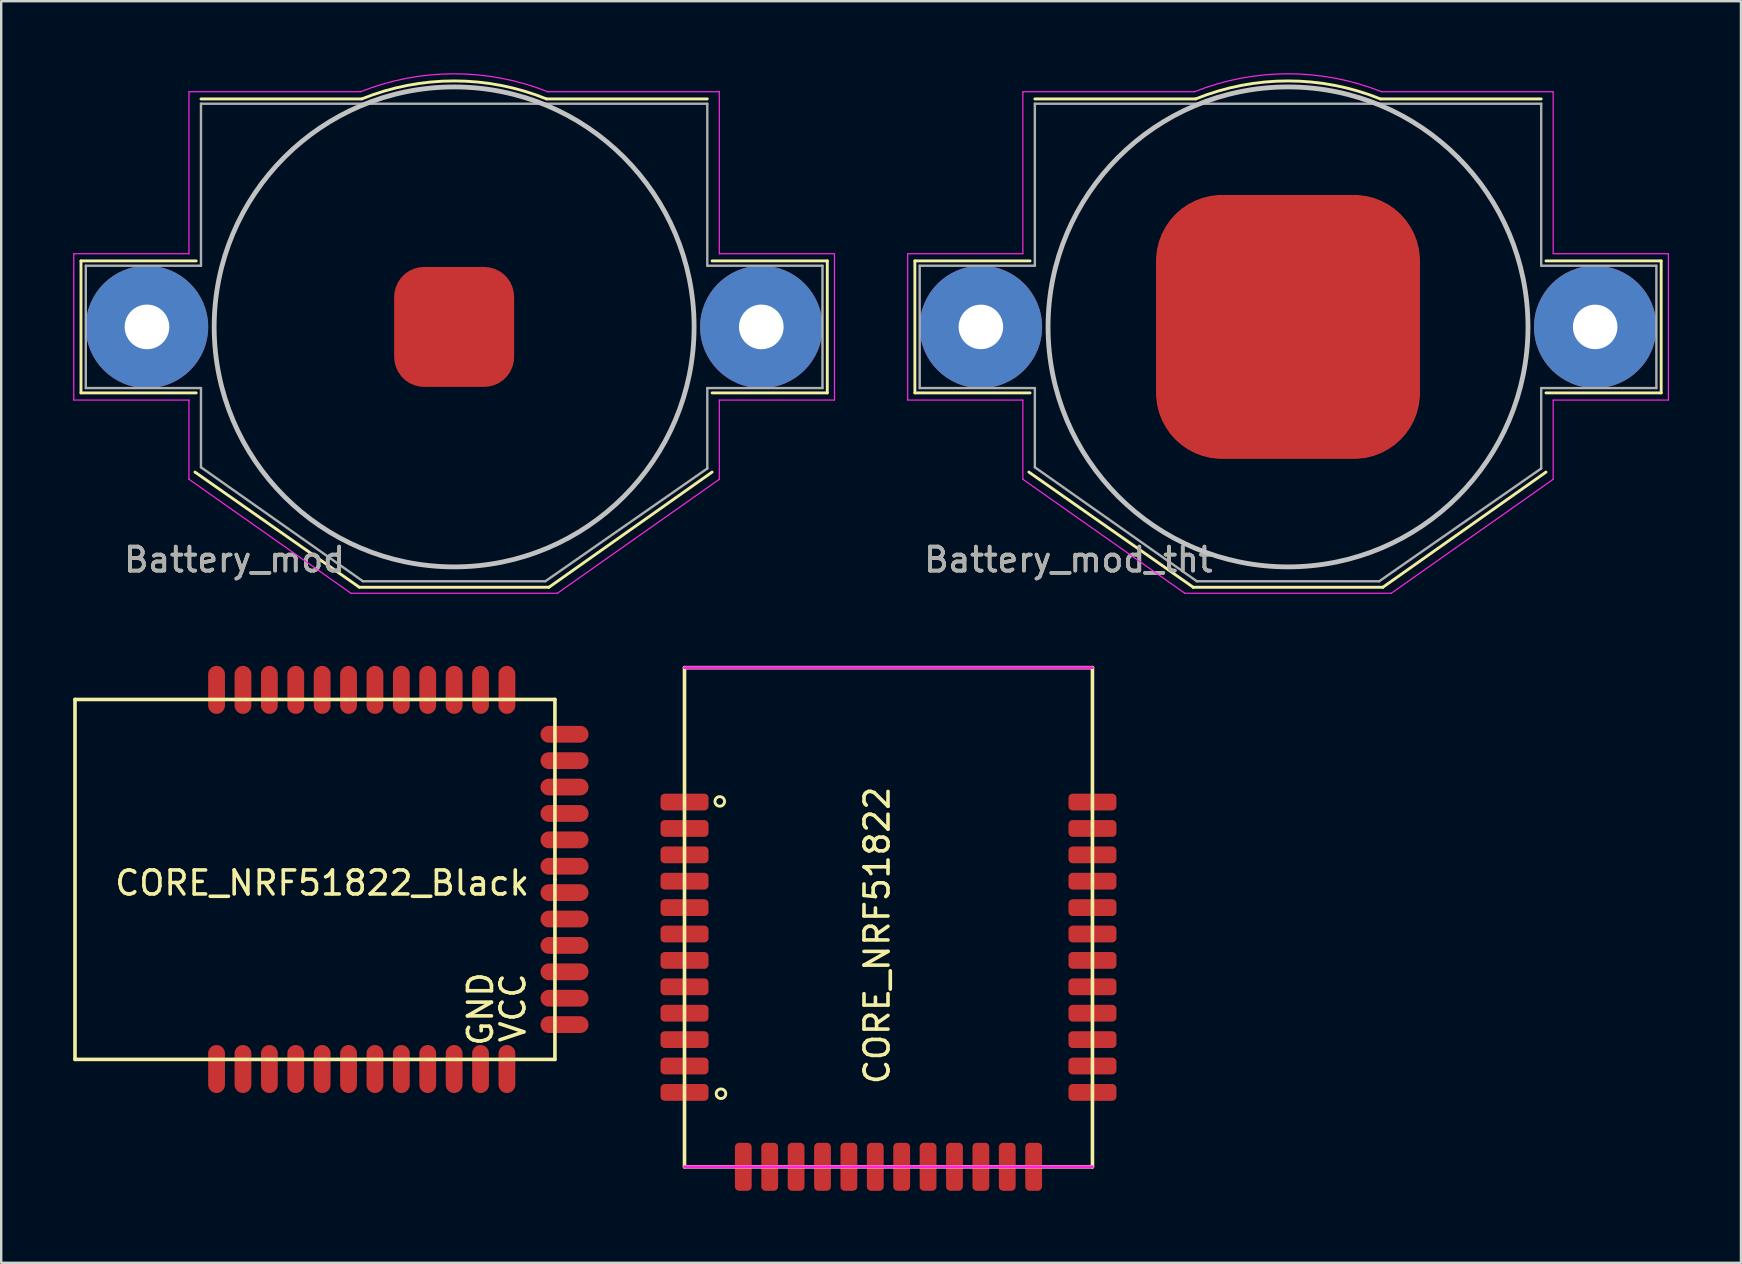
<source format=kicad_pcb>
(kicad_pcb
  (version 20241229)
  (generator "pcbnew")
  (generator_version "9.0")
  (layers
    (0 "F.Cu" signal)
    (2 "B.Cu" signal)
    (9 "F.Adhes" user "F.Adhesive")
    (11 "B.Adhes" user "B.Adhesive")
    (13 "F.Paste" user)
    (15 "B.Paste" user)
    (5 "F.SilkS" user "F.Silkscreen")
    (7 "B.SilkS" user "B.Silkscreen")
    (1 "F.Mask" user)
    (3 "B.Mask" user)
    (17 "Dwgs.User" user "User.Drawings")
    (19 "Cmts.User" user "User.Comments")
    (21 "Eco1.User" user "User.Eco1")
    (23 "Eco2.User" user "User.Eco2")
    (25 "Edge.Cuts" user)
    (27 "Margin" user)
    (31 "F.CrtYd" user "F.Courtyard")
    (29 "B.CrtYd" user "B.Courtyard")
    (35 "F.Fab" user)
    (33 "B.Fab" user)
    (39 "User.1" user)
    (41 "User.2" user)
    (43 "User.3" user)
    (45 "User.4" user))
  (footprint "CORE_NRF51822"
    (layer "F.Cu")
    (at 33.975 35.173)
    (property "Reference" "CORE_NRF51822" (at -0.475 0.757 270) (layer "F.SilkS") (effects (font (size 1 1) (thickness 0.15))))
    (attr through_hole)
    (fp_line (start -8.5 -10.4) (end -8.5 10.4) (stroke (width 0.15) (type solid)) (layer "F.SilkS"))
    (fp_line (start -8.5 -10.4) (end 8.5 -10.4) (stroke (width 0.15) (type solid)) (layer "F.SilkS"))
    (fp_line (start -8.5 10.4) (end 8.5 10.4) (stroke (width 0.15) (type solid)) (layer "F.SilkS"))
    (fp_line (start 8.5 10.4) (end 8.5 -10.4) (stroke (width 0.15) (type solid)) (layer "F.SilkS"))
    (fp_circle (center -7.031 -4.826) (end -6.831 -4.826) (stroke (width 0.12) (type solid)) (fill no) (layer "F.SilkS"))
    (fp_circle (center -6.98 7.356) (end -6.78 7.356) (stroke (width 0.12) (type solid)) (fill no) (layer "F.SilkS"))
    (fp_line (start -8.5 -10.4) (end 8.5 -10.4) (stroke (width 0.12) (type solid)) (layer "F.CrtYd"))
    (fp_line (start -8.5 10.4) (end 8.5 10.4) (stroke (width 0.12) (type solid)) (layer "F.CrtYd"))
    (pad "0" smd roundrect (at -4.95 10.4 270) (size 2 0.7) (layers "F.Cu" "F.Mask" "F.Paste") (roundrect_rratio 0.25))
    (pad "1" smd roundrect (at -3.85 10.4 270) (size 2 0.7) (layers "F.Cu" "F.Mask" "F.Paste") (roundrect_rratio 0.25))
    (pad "2" smd roundrect (at -2.75 10.4 270) (size 2 0.7) (layers "F.Cu" "F.Mask" "F.Paste") (roundrect_rratio 0.25))
    (pad "3" smd roundrect (at -1.65 10.4 270) (size 2 0.7) (layers "F.Cu" "F.Mask" "F.Paste") (roundrect_rratio 0.25))
    (pad "4" smd roundrect (at -0.55 10.4 270) (size 2 0.7) (layers "F.Cu" "F.Mask" "F.Paste") (roundrect_rratio 0.25))
    (pad "5" smd roundrect (at 0.55 10.4 270) (size 2 0.7) (layers "F.Cu" "F.Mask" "F.Paste") (roundrect_rratio 0.25))
    (pad "6" smd roundrect (at 1.65 10.4 270) (size 2 0.7) (layers "F.Cu" "F.Mask" "F.Paste") (roundrect_rratio 0.25))
    (pad "7" smd roundrect (at 2.75 10.4 270) (size 2 0.7) (layers "F.Cu" "F.Mask" "F.Paste") (roundrect_rratio 0.25))
    (pad "8" smd roundrect (at 3.85 10.4 270) (size 2 0.7) (layers "F.Cu" "F.Mask" "F.Paste") (roundrect_rratio 0.25))
    (pad "9" smd roundrect (at 4.95 10.4 270) (size 2 0.7) (layers "F.Cu" "F.Mask" "F.Paste") (roundrect_rratio 0.25))
    (pad "10" smd roundrect (at 6.05 10.4 270) (size 2 0.7) (layers "F.Cu" "F.Mask" "F.Paste") (roundrect_rratio 0.25))
    (pad "11" smd roundrect (at 8.5 7.3) (size 2 0.7) (layers "F.Cu" "F.Mask" "F.Paste") (roundrect_rratio 0.25))
    (pad "12" smd roundrect (at 8.5 6.2) (size 2 0.7) (layers "F.Cu" "F.Mask" "F.Paste") (roundrect_rratio 0.25))
    (pad "13" smd roundrect (at 8.5 5.1) (size 2 0.7) (layers "F.Cu" "F.Mask" "F.Paste") (roundrect_rratio 0.25))
    (pad "14" smd roundrect (at 8.5 4) (size 2 0.7) (layers "F.Cu" "F.Mask" "F.Paste") (roundrect_rratio 0.25))
    (pad "15" smd roundrect (at 8.5 2.9) (size 2 0.7) (layers "F.Cu" "F.Mask" "F.Paste") (roundrect_rratio 0.25))
    (pad "16" smd roundrect (at 8.5 1.8 180) (size 2 0.7) (layers "F.Cu" "F.Mask" "F.Paste") (roundrect_rratio 0.25))
    (pad "17" smd roundrect (at 8.5 -1.5) (size 2 0.7) (layers "F.Cu" "F.Mask" "F.Paste") (roundrect_rratio 0.25))
    (pad "18" smd roundrect (at 8.5 -2.6) (size 2 0.7) (layers "F.Cu" "F.Mask" "F.Paste") (roundrect_rratio 0.25))
    (pad "19" smd roundrect (at 8.5 -3.7) (size 2 0.7) (layers "F.Cu" "F.Mask" "F.Paste") (roundrect_rratio 0.25))
    (pad "20" smd roundrect (at 8.5 -4.8) (size 2 0.7) (layers "F.Cu" "F.Mask" "F.Paste") (roundrect_rratio 0.25))
    (pad "21" smd roundrect (at -8.5 -3.7) (size 2 0.7) (layers "F.Cu" "F.Mask" "F.Paste") (roundrect_rratio 0.25))
    (pad "22" smd roundrect (at -8.5 -2.6) (size 2 0.7) (layers "F.Cu" "F.Mask" "F.Paste") (roundrect_rratio 0.25))
    (pad "23" smd roundrect (at -8.5 -1.5) (size 2 0.7) (layers "F.Cu" "F.Mask" "F.Paste") (roundrect_rratio 0.25))
    (pad "24" smd roundrect (at -8.5 -0.4) (size 2 0.7) (layers "F.Cu" "F.Mask" "F.Paste") (roundrect_rratio 0.25))
    (pad "25" smd roundrect (at -8.5 0.7) (size 2 0.7) (layers "F.Cu" "F.Mask" "F.Paste") (roundrect_rratio 0.25))
    (pad "28" smd roundrect (at -8.5 4) (size 2 0.7) (layers "F.Cu" "F.Mask" "F.Paste") (roundrect_rratio 0.25))
    (pad "29" smd roundrect (at -8.5 5.1) (size 2 0.7) (layers "F.Cu" "F.Mask" "F.Paste") (roundrect_rratio 0.25))
    (pad "30" smd roundrect (at -6.05 10.4 270) (size 2 0.7) (layers "F.Cu" "F.Mask" "F.Paste") (roundrect_rratio 0.25))
    (pad "31" smd roundrect (at 8.5 -0.4) (size 2 0.7) (layers "F.Cu" "F.Mask" "F.Paste") (roundrect_rratio 0.25))
    (pad "32" smd roundrect (at 8.5 0.7) (size 2 0.7) (layers "F.Cu" "F.Mask" "F.Paste") (roundrect_rratio 0.25))
    (pad "33" smd roundrect (at -8.5 -4.8) (size 2 0.7) (layers "F.Cu" "F.Mask" "F.Paste") (roundrect_rratio 0.25))
    (pad "34" smd roundrect (at -8.5 7.3) (size 2 0.7) (layers "F.Cu" "F.Mask" "F.Paste") (roundrect_rratio 0.25))
    (pad "35" smd roundrect (at -8.5 1.8) (size 2 0.7) (layers "F.Cu" "F.Mask" "F.Paste") (roundrect_rratio 0.25))
    (pad "36" smd roundrect (at -8.5 2.9) (size 2 0.7) (layers "F.Cu" "F.Mask" "F.Paste") (roundrect_rratio 0.25))
    (pad "37" smd roundrect (at -8.5 6.2) (size 2 0.7) (layers "F.Cu" "F.Mask" "F.Paste") (roundrect_rratio 0.25)))
  (footprint "Battery_mod_tht"
    (layer "F.Cu")
    (at 50.625 10.573)
    (property "Reference" "Battery_mod_tht" (at -9.15 9.7 0) (layer "F.SilkS") (effects (font (size 1 1) (thickness 0.15))))
    (attr smd)
    (fp_line (start -15.55 -2.75) (end -15.55 2.75) (stroke (width 0.12) (type solid)) (layer "F.SilkS"))
    (fp_line (start -15.55 2.75) (end -10.75 2.75) (stroke (width 0.12) (type solid)) (layer "F.SilkS"))
    (fp_line (start -10.8 6.05) (end -3.95 10.85) (stroke (width 0.12) (type solid)) (layer "F.SilkS"))
    (fp_line (start -10.75 -2.75) (end -15.55 -2.75) (stroke (width 0.12) (type solid)) (layer "F.SilkS"))
    (fp_line (start -10.55 -9.5) (end -3.85 -9.5) (stroke (width 0.12) (type solid)) (layer "F.SilkS"))
    (fp_line (start -3.95 10.85) (end 3.95 10.85) (stroke (width 0.12) (type solid)) (layer "F.SilkS"))
    (fp_line (start 3.95 10.85) (end 10.75 6.05) (stroke (width 0.12) (type solid)) (layer "F.SilkS"))
    (fp_line (start 10.55 -9.5) (end 3.85 -9.5) (stroke (width 0.12) (type solid)) (layer "F.SilkS"))
    (fp_line (start 10.75 2.75) (end 15.55 2.75) (stroke (width 0.12) (type solid)) (layer "F.SilkS"))
    (fp_line (start 15.55 -2.75) (end 10.75 -2.75) (stroke (width 0.12) (type solid)) (layer "F.SilkS"))
    (fp_line (start 15.55 2.75) (end 15.55 -2.75) (stroke (width 0.12) (type solid)) (layer "F.SilkS"))
    (fp_arc (start -3.846385 -9.501464) (mid 0.00195 -10.250487) (end 3.85 -9.5) (stroke (width 0.12) (type solid)) (layer "F.SilkS"))
    (fp_circle (center 0 0) (end 10 0) (stroke (width 0.2) (type solid)) (fill no) (layer "Dwgs.User"))
    (fp_line (start -15.85 -3.05) (end -11.05 -3.05) (stroke (width 0.05) (type solid)) (layer "F.CrtYd"))
    (fp_line (start -15.85 3.05) (end -15.85 -3.05) (stroke (width 0.05) (type solid)) (layer "F.CrtYd"))
    (fp_line (start -11.05 -9.8) (end -3.9 -9.8) (stroke (width 0.05) (type solid)) (layer "F.CrtYd"))
    (fp_line (start -11.05 -3.05) (end -11.05 -9.8) (stroke (width 0.05) (type solid)) (layer "F.CrtYd"))
    (fp_line (start -11.05 3.05) (end -15.85 3.05) (stroke (width 0.05) (type solid)) (layer "F.CrtYd"))
    (fp_line (start -11.05 6.35) (end -11.05 3.05) (stroke (width 0.05) (type solid)) (layer "F.CrtYd"))
    (fp_line (start -4.3 11.1) (end -11.05 6.35) (stroke (width 0.05) (type solid)) (layer "F.CrtYd"))
    (fp_line (start 4.3 11.1) (end -4.3 11.1) (stroke (width 0.05) (type solid)) (layer "F.CrtYd"))
    (fp_line (start 11.05 -9.8) (end 3.9 -9.8) (stroke (width 0.05) (type solid)) (layer "F.CrtYd"))
    (fp_line (start 11.05 -9.8) (end 11.05 -3.05) (stroke (width 0.05) (type solid)) (layer "F.CrtYd"))
    (fp_line (start 11.05 -3.05) (end 15.85 -3.05) (stroke (width 0.05) (type solid)) (layer "F.CrtYd"))
    (fp_line (start 11.05 3.05) (end 11.05 6.35) (stroke (width 0.05) (type solid)) (layer "F.CrtYd"))
    (fp_line (start 11.05 6.35) (end 4.3 11.1) (stroke (width 0.05) (type solid)) (layer "F.CrtYd"))
    (fp_line (start 15.85 -3.05) (end 15.85 3.05) (stroke (width 0.05) (type solid)) (layer "F.CrtYd"))
    (fp_line (start 15.85 3.05) (end 11.05 3.05) (stroke (width 0.05) (type solid)) (layer "F.CrtYd"))
    (fp_arc (start -3.9 -9.8) (mid 0 -10.547512) (end 3.9 -9.8) (stroke (width 0.05) (type solid)) (layer "F.CrtYd"))
    (fp_line (start -15.35 -2.55) (end -15.35 2.55) (stroke (width 0.1) (type solid)) (layer "F.Fab"))
    (fp_line (start -15.35 -2.55) (end -10.55 -2.55) (stroke (width 0.1) (type solid)) (layer "F.Fab"))
    (fp_line (start -15.35 2.55) (end -10.55 2.55) (stroke (width 0.1) (type solid)) (layer "F.Fab"))
    (fp_line (start -10.55 -2.55) (end -10.55 -9.3) (stroke (width 0.1) (type solid)) (layer "F.Fab"))
    (fp_line (start -10.55 2.55) (end -10.55 5.85) (stroke (width 0.1) (type solid)) (layer "F.Fab"))
    (fp_line (start -10.55 5.85) (end -3.8 10.6) (stroke (width 0.1) (type solid)) (layer "F.Fab"))
    (fp_line (start -3.8 10.6) (end 3.8 10.6) (stroke (width 0.1) (type solid)) (layer "F.Fab"))
    (fp_line (start 10.55 -9.3) (end -10.55 -9.3) (stroke (width 0.1) (type solid)) (layer "F.Fab"))
    (fp_line (start 10.55 -2.55) (end 10.55 -9.3) (stroke (width 0.1) (type solid)) (layer "F.Fab"))
    (fp_line (start 10.55 2.55) (end 10.55 5.9) (stroke (width 0.1) (type solid)) (layer "F.Fab"))
    (fp_line (start 10.55 2.55) (end 15.35 2.55) (stroke (width 0.1) (type solid)) (layer "F.Fab"))
    (fp_line (start 10.55 5.9) (end 3.8 10.6) (stroke (width 0.1) (type solid)) (layer "F.Fab"))
    (fp_line (start 15.35 -2.55) (end 10.55 -2.55) (stroke (width 0.1) (type solid)) (layer "F.Fab"))
    (fp_line (start 15.35 2.55) (end 15.35 -2.55) (stroke (width 0.1) (type solid)) (layer "F.Fab"))
    (fp_text user "${REFERENCE}" (at -9.15 9.7 0) (layer "F.Fab") (effects (font (size 1 1) (thickness 0.15))))
    (pad "1" thru_hole circle (at -12.8 0) (size 5.1 5.1) (drill 1.854) (layers "*.Cu" "*.Mask"))
    (pad "1" thru_hole circle (at 12.8 0) (size 5.1 5.1) (drill 1.854) (layers "*.Cu" "*.Mask"))
    (pad "2" smd roundrect (at 0 0) (size 11 11) (layers "F.Cu" "F.Mask" "F.Paste") (roundrect_rratio 0.25)))
  (footprint "CORE_NRF51822_Black"
    (layer "F.Cu")
    (at 10.075 33.598)
    (property "Reference" "CORE_NRF51822_Black" (at 0.3 0.15 0) (layer "F.SilkS") (effects (font (size 1 1) (thickness 0.15))))
    (attr through_hole)
    (fp_line (start -10 -7.5) (end -10 7.5) (stroke (width 0.15) (type solid)) (layer "F.SilkS"))
    (fp_line (start -10 7.5) (end 10 7.5) (stroke (width 0.15) (type solid)) (layer "F.SilkS"))
    (fp_line (start 10 -7.5) (end -10 -7.5) (stroke (width 0.15) (type solid)) (layer "F.SilkS"))
    (fp_line (start 10 0) (end 10 -7.5) (stroke (width 0.15) (type solid)) (layer "F.SilkS"))
    (fp_line (start 10 7.5) (end 10 0) (stroke (width 0.15) (type solid)) (layer "F.SilkS"))
    (fp_text user "GND" (at 6.9 5.4 90) (layer "F.SilkS") (effects (font (size 1 1) (thickness 0.15))))
    (fp_text user "VCC" (at 8.25 5.35 90) (layer "F.SilkS") (effects (font (size 1 1) (thickness 0.15))))
    (pad "GND" smd oval (at -4.1 7.9 90) (size 2 0.7) (layers "F.Cu" "F.Mask" "F.Paste"))
    (pad "GND" smd oval (at 6.9 7.9 90) (size 2 0.7) (layers "F.Cu" "F.Mask" "F.Paste"))
    (pad "NC" smd oval (at 2.5 7.9 90) (size 2 0.7) (layers "F.Cu" "F.Mask" "F.Paste"))
    (pad "NC" smd oval (at 3.6 7.9 90) (size 2 0.7) (layers "F.Cu" "F.Mask" "F.Paste"))
    (pad "P00" smd oval (at 10.4 4.95) (size 2 0.7) (layers "F.Cu" "F.Mask" "F.Paste"))
    (pad "P01" smd oval (at 10.4 3.85) (size 2 0.7) (layers "F.Cu" "F.Mask" "F.Paste"))
    (pad "P02" smd oval (at 10.4 2.75) (size 2 0.7) (layers "F.Cu" "F.Mask" "F.Paste"))
    (pad "P03" smd oval (at 10.4 1.65) (size 2 0.7) (layers "F.Cu" "F.Mask" "F.Paste"))
    (pad "P04" smd oval (at 10.4 0.55) (size 2 0.7) (layers "F.Cu" "F.Mask" "F.Paste"))
    (pad "P05" smd oval (at 10.4 -0.55) (size 2 0.7) (layers "F.Cu" "F.Mask" "F.Paste"))
    (pad "P06" smd oval (at 10.4 -1.65) (size 2 0.7) (layers "F.Cu" "F.Mask" "F.Paste"))
    (pad "P07" smd oval (at 10.4 -2.75) (size 2 0.7) (layers "F.Cu" "F.Mask" "F.Paste"))
    (pad "P08" smd oval (at 10.4 -3.85) (size 2 0.7) (layers "F.Cu" "F.Mask" "F.Paste"))
    (pad "P09" smd oval (at 10.4 -4.95) (size 2 0.7) (layers "F.Cu" "F.Mask" "F.Paste"))
    (pad "P10" smd oval (at 10.4 -6.05) (size 2 0.7) (layers "F.Cu" "F.Mask" "F.Paste"))
    (pad "P11" smd oval (at 8 -7.9 90) (size 2 0.7) (layers "F.Cu" "F.Mask" "F.Paste"))
    (pad "P12" smd oval (at 6.9 -7.9 90) (size 2 0.7) (layers "F.Cu" "F.Mask" "F.Paste"))
    (pad "P13" smd oval (at 5.8 -7.9 90) (size 2 0.7) (layers "F.Cu" "F.Mask" "F.Paste"))
    (pad "P14" smd oval (at 4.7 -7.9 90) (size 2 0.7) (layers "F.Cu" "F.Mask" "F.Paste"))
    (pad "P15" smd oval (at 3.6 -7.9 90) (size 2 0.7) (layers "F.Cu" "F.Mask" "F.Paste"))
    (pad "P16" smd oval (at 2.5 -7.9 270) (size 2 0.7) (layers "F.Cu" "F.Mask" "F.Paste"))
    (pad "P17" smd oval (at -0.8 -7.9 90) (size 2 0.7) (layers "F.Cu" "F.Mask" "F.Paste"))
    (pad "P18" smd oval (at -1.9 -7.9 90) (size 2 0.7) (layers "F.Cu" "F.Mask" "F.Paste"))
    (pad "P19" smd oval (at -3 -7.9 90) (size 2 0.7) (layers "F.Cu" "F.Mask" "F.Paste"))
    (pad "P20" smd oval (at -4.1 -7.9 90) (size 2 0.7) (layers "F.Cu" "F.Mask" "F.Paste"))
    (pad "P21" smd oval (at -3 7.9 90) (size 2 0.7) (layers "F.Cu" "F.Mask" "F.Paste"))
    (pad "P22" smd oval (at -1.9 7.9 90) (size 2 0.7) (layers "F.Cu" "F.Mask" "F.Paste"))
    (pad "P23" smd oval (at -0.8 7.9 90) (size 2 0.7) (layers "F.Cu" "F.Mask" "F.Paste"))
    (pad "P24" smd oval (at 0.3 7.9 90) (size 2 0.7) (layers "F.Cu" "F.Mask" "F.Paste"))
    (pad "P25" smd oval (at 1.4 7.9 90) (size 2 0.7) (layers "F.Cu" "F.Mask" "F.Paste"))
    (pad "P28" smd oval (at 4.7 7.9 90) (size 2 0.7) (layers "F.Cu" "F.Mask" "F.Paste"))
    (pad "P29" smd oval (at 5.8 7.9 90) (size 2 0.7) (layers "F.Cu" "F.Mask" "F.Paste"))
    (pad "P30" smd oval (at 10.4 6.05) (size 2 0.7) (layers "F.Cu" "F.Mask" "F.Paste"))
    (pad "SCK" smd oval (at 0.3 -7.9 90) (size 2 0.7) (layers "F.Cu" "F.Mask" "F.Paste"))
    (pad "SWD" smd oval (at 1.4 -7.9 90) (size 2 0.7) (layers "F.Cu" "F.Mask" "F.Paste"))
    (pad "VCC" smd oval (at 8 7.9 90) (size 2 0.7) (layers "F.Cu" "F.Mask" "F.Paste")))
  (footprint "Battery_mod"
    (layer "F.Cu")
    (at 15.875 10.573)
    (property "Reference" "Battery_mod" (at -9.15 9.7 0) (layer "F.SilkS") (effects (font (size 1 1) (thickness 0.15))))
    (attr smd)
    (fp_line (start -15.55 -2.75) (end -15.55 2.75) (stroke (width 0.12) (type solid)) (layer "F.SilkS"))
    (fp_line (start -15.55 2.75) (end -10.75 2.75) (stroke (width 0.12) (type solid)) (layer "F.SilkS"))
    (fp_line (start -10.8 6.05) (end -3.95 10.85) (stroke (width 0.12) (type solid)) (layer "F.SilkS"))
    (fp_line (start -10.75 -2.75) (end -15.55 -2.75) (stroke (width 0.12) (type solid)) (layer "F.SilkS"))
    (fp_line (start -10.55 -9.5) (end -3.85 -9.5) (stroke (width 0.12) (type solid)) (layer "F.SilkS"))
    (fp_line (start -3.95 10.85) (end 3.95 10.85) (stroke (width 0.12) (type solid)) (layer "F.SilkS"))
    (fp_line (start 3.95 10.85) (end 10.75 6.05) (stroke (width 0.12) (type solid)) (layer "F.SilkS"))
    (fp_line (start 10.55 -9.5) (end 3.85 -9.5) (stroke (width 0.12) (type solid)) (layer "F.SilkS"))
    (fp_line (start 10.75 2.75) (end 15.55 2.75) (stroke (width 0.12) (type solid)) (layer "F.SilkS"))
    (fp_line (start 15.55 -2.75) (end 10.75 -2.75) (stroke (width 0.12) (type solid)) (layer "F.SilkS"))
    (fp_line (start 15.55 2.75) (end 15.55 -2.75) (stroke (width 0.12) (type solid)) (layer "F.SilkS"))
    (fp_arc (start -3.846385 -9.501464) (mid 0.00195 -10.250487) (end 3.85 -9.5) (stroke (width 0.12) (type solid)) (layer "F.SilkS"))
    (fp_circle (center 0 0) (end 10 0) (stroke (width 0.2) (type solid)) (fill no) (layer "Dwgs.User"))
    (fp_line (start -15.85 -3.05) (end -11.05 -3.05) (stroke (width 0.05) (type solid)) (layer "F.CrtYd"))
    (fp_line (start -15.85 3.05) (end -15.85 -3.05) (stroke (width 0.05) (type solid)) (layer "F.CrtYd"))
    (fp_line (start -11.05 -9.8) (end -3.9 -9.8) (stroke (width 0.05) (type solid)) (layer "F.CrtYd"))
    (fp_line (start -11.05 -3.05) (end -11.05 -9.8) (stroke (width 0.05) (type solid)) (layer "F.CrtYd"))
    (fp_line (start -11.05 3.05) (end -15.85 3.05) (stroke (width 0.05) (type solid)) (layer "F.CrtYd"))
    (fp_line (start -11.05 6.35) (end -11.05 3.05) (stroke (width 0.05) (type solid)) (layer "F.CrtYd"))
    (fp_line (start -4.3 11.1) (end -11.05 6.35) (stroke (width 0.05) (type solid)) (layer "F.CrtYd"))
    (fp_line (start 4.3 11.1) (end -4.3 11.1) (stroke (width 0.05) (type solid)) (layer "F.CrtYd"))
    (fp_line (start 11.05 -9.8) (end 3.9 -9.8) (stroke (width 0.05) (type solid)) (layer "F.CrtYd"))
    (fp_line (start 11.05 -9.8) (end 11.05 -3.05) (stroke (width 0.05) (type solid)) (layer "F.CrtYd"))
    (fp_line (start 11.05 -3.05) (end 15.85 -3.05) (stroke (width 0.05) (type solid)) (layer "F.CrtYd"))
    (fp_line (start 11.05 3.05) (end 11.05 6.35) (stroke (width 0.05) (type solid)) (layer "F.CrtYd"))
    (fp_line (start 11.05 6.35) (end 4.3 11.1) (stroke (width 0.05) (type solid)) (layer "F.CrtYd"))
    (fp_line (start 15.85 -3.05) (end 15.85 3.05) (stroke (width 0.05) (type solid)) (layer "F.CrtYd"))
    (fp_line (start 15.85 3.05) (end 11.05 3.05) (stroke (width 0.05) (type solid)) (layer "F.CrtYd"))
    (fp_arc (start -3.9 -9.8) (mid 0 -10.547512) (end 3.9 -9.8) (stroke (width 0.05) (type solid)) (layer "F.CrtYd"))
    (fp_line (start -15.35 -2.55) (end -15.35 2.55) (stroke (width 0.1) (type solid)) (layer "F.Fab"))
    (fp_line (start -15.35 -2.55) (end -10.55 -2.55) (stroke (width 0.1) (type solid)) (layer "F.Fab"))
    (fp_line (start -15.35 2.55) (end -10.55 2.55) (stroke (width 0.1) (type solid)) (layer "F.Fab"))
    (fp_line (start -10.55 -2.55) (end -10.55 -9.3) (stroke (width 0.1) (type solid)) (layer "F.Fab"))
    (fp_line (start -10.55 2.55) (end -10.55 5.85) (stroke (width 0.1) (type solid)) (layer "F.Fab"))
    (fp_line (start -10.55 5.85) (end -3.8 10.6) (stroke (width 0.1) (type solid)) (layer "F.Fab"))
    (fp_line (start -3.8 10.6) (end 3.8 10.6) (stroke (width 0.1) (type solid)) (layer "F.Fab"))
    (fp_line (start 10.55 -9.3) (end -10.55 -9.3) (stroke (width 0.1) (type solid)) (layer "F.Fab"))
    (fp_line (start 10.55 -2.55) (end 10.55 -9.3) (stroke (width 0.1) (type solid)) (layer "F.Fab"))
    (fp_line (start 10.55 2.55) (end 10.55 5.9) (stroke (width 0.1) (type solid)) (layer "F.Fab"))
    (fp_line (start 10.55 2.55) (end 15.35 2.55) (stroke (width 0.1) (type solid)) (layer "F.Fab"))
    (fp_line (start 10.55 5.9) (end 3.8 10.6) (stroke (width 0.1) (type solid)) (layer "F.Fab"))
    (fp_line (start 15.35 -2.55) (end 10.55 -2.55) (stroke (width 0.1) (type solid)) (layer "F.Fab"))
    (fp_line (start 15.35 2.55) (end 15.35 -2.55) (stroke (width 0.1) (type solid)) (layer "F.Fab"))
    (fp_text user "${REFERENCE}" (at -9.15 9.7 0) (layer "F.Fab") (effects (font (size 1 1) (thickness 0.15))))
    (pad "1" thru_hole circle (at -12.8 0) (size 5.1 5.1) (drill 1.86) (layers "*.Cu" "*.Mask"))
    (pad "1" thru_hole circle (at 12.8 0) (size 5.1 5.1) (drill 1.86) (layers "*.Cu" "*.Mask"))
    (pad "2" smd roundrect (at 0 0) (size 5 5) (layers "F.Cu" "F.Mask" "F.Paste") (roundrect_rratio 0.25)))
  (gr_rect
    (start -3 -3)
    (end 69.5 49.573)
    (stroke (width 0.1) (type default))
    (fill no)
    (layer "Edge.Cuts")))
</source>
